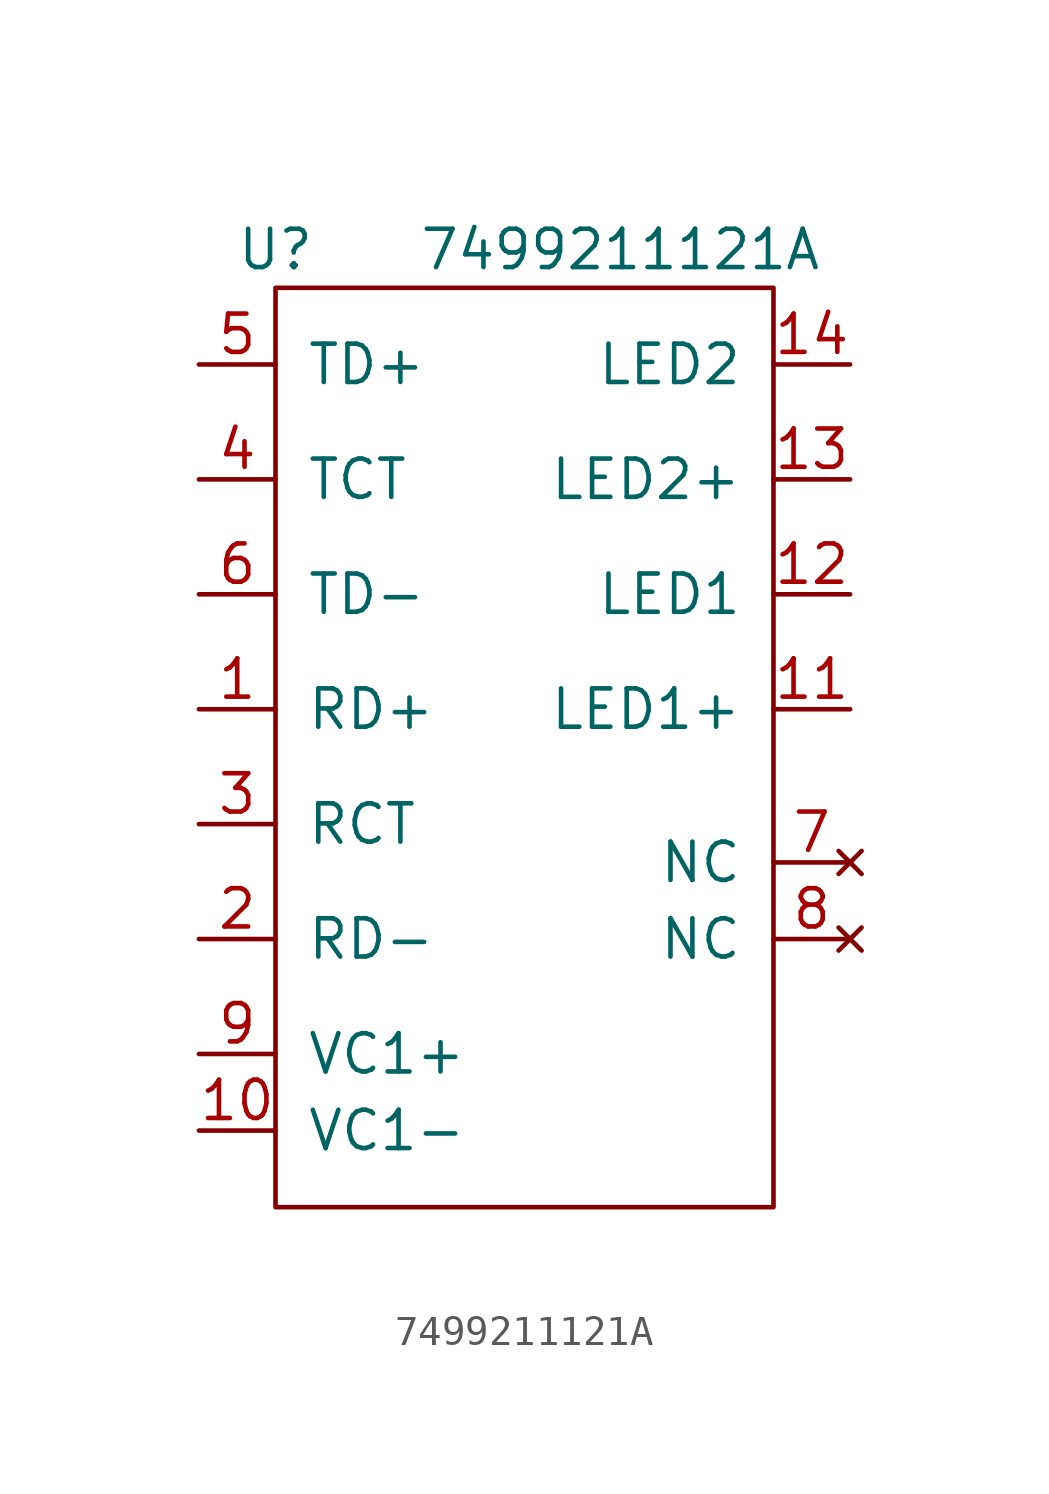
<source format=kicad_sym>
(kicad_symbol_lib
  (version 20211014)
  (generator kicad_symbol_editor)
  (symbol "7499211121A"
    (pin_names
      (offset 1.016))
    (property "Reference" "U"
      (at -7.62 13.97 0)
      (effects (font (size 1.27 1.27))))
    (property "Value" "7499211121A"
      (at 3.81 13.97 0)
      (effects (font (size 1.27 1.27))))
    (symbol "7499211121A_0_1"
      (rectangle (start -7.62 12.7) (end 8.89 -17.78) (stroke (width 0) (type default) (color 0 0 0 0)) (fill (type none))))
    (symbol "7499211121A_1_1"
      (pin bidirectional line (at -10.16 -1.27 0) (length 2.54) (name "RD+" (effects (font (size 1.27 1.27)))) (number "1" (effects (font (size 1.27 1.27)))))
      (pin unspecified line (at -10.16 -15.24 0) (length 2.54) (name "VC1-" (effects (font (size 1.27 1.27)))) (number "10" (effects (font (size 1.27 1.27)))))
      (pin bidirectional line (at 11.43 -1.27 180) (length 2.54) (name "LED1+" (effects (font (size 1.27 1.27)))) (number "11" (effects (font (size 1.27 1.27)))))
      (pin bidirectional line (at 11.43 2.54 180) (length 2.54) (name "LED1" (effects (font (size 1.27 1.27)))) (number "12" (effects (font (size 1.27 1.27)))))
      (pin bidirectional line (at 11.43 6.35 180) (length 2.54) (name "LED2+" (effects (font (size 1.27 1.27)))) (number "13" (effects (font (size 1.27 1.27)))))
      (pin bidirectional line (at 11.43 10.16 180) (length 2.54) (name "LED2" (effects (font (size 1.27 1.27)))) (number "14" (effects (font (size 1.27 1.27)))))
      (pin bidirectional line (at -10.16 -8.89 0) (length 2.54) (name "RD-" (effects (font (size 1.27 1.27)))) (number "2" (effects (font (size 1.27 1.27)))))
      (pin bidirectional line (at -10.16 -5.08 0) (length 2.54) (name "RCT" (effects (font (size 1.27 1.27)))) (number "3" (effects (font (size 1.27 1.27)))))
      (pin bidirectional line (at -10.16 6.35 0) (length 2.54) (name "TCT" (effects (font (size 1.27 1.27)))) (number "4" (effects (font (size 1.27 1.27)))))
      (pin bidirectional line (at -10.16 10.16 0) (length 2.54) (name "TD+" (effects (font (size 1.27 1.27)))) (number "5" (effects (font (size 1.27 1.27)))))
      (pin bidirectional line (at -10.16 2.54 0) (length 2.54) (name "TD-" (effects (font (size 1.27 1.27)))) (number "6" (effects (font (size 1.27 1.27)))))
      (pin no_connect line (at 11.43 -6.35 180) (length 2.54) (name "NC" (effects (font (size 1.27 1.27)))) (number "7" (effects (font (size 1.27 1.27)))))
      (pin no_connect line (at 11.43 -8.89 180) (length 2.54) (name "NC" (effects (font (size 1.27 1.27)))) (number "8" (effects (font (size 1.27 1.27)))))
      (pin unspecified line (at -10.16 -12.7 0) (length 2.54) (name "VC1+" (effects (font (size 1.27 1.27)))) (number "9" (effects (font (size 1.27 1.27))))))))
</source>
